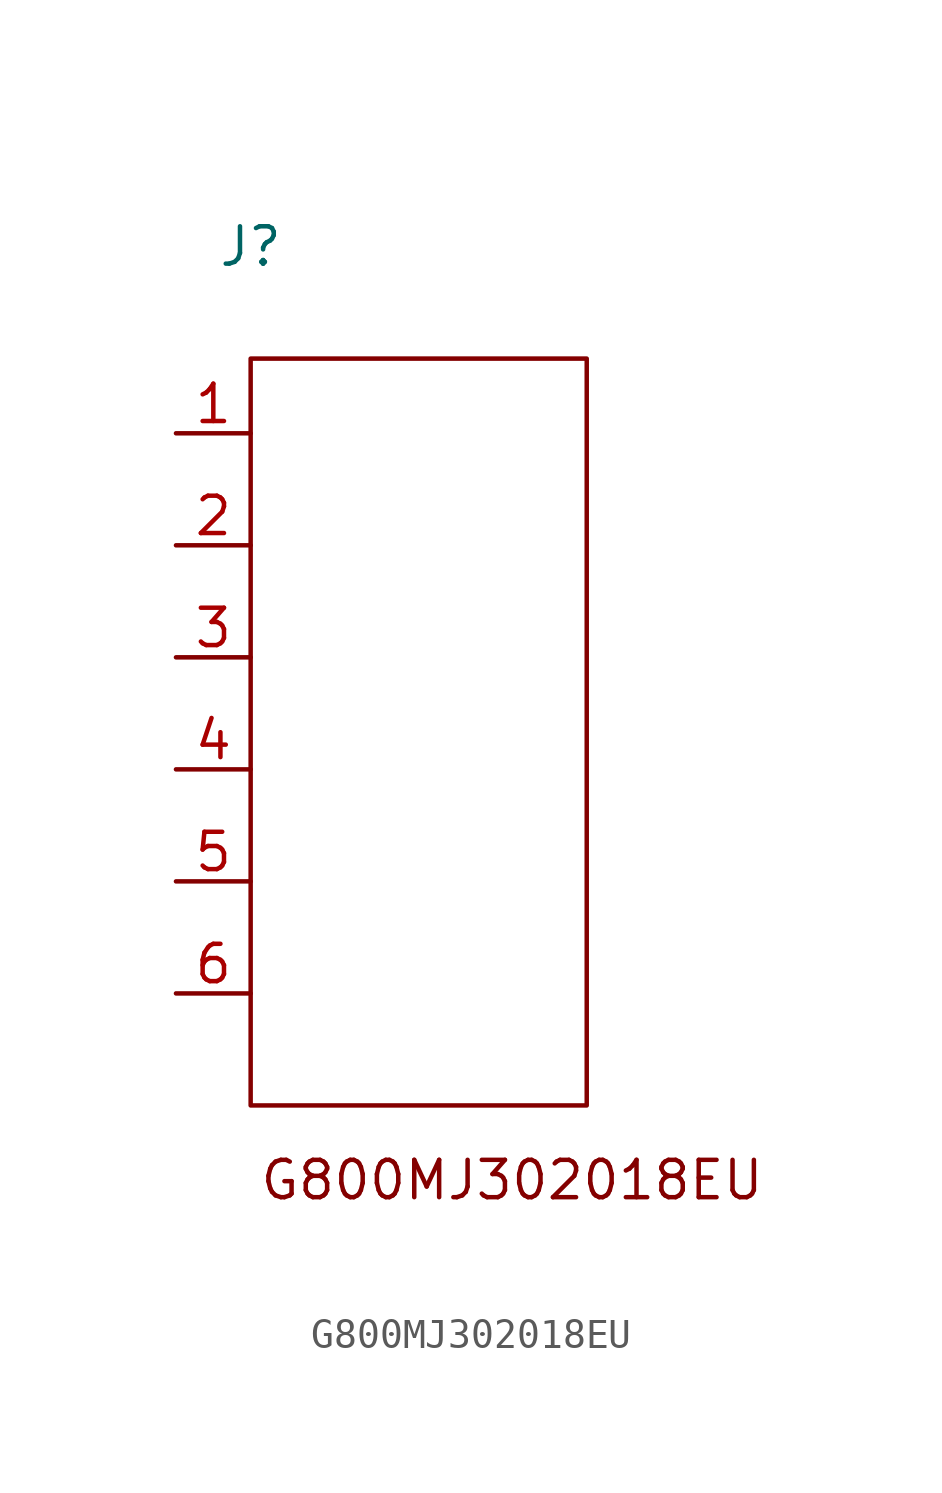
<source format=kicad_sym>
(kicad_symbol_lib
  (version 20220914)
  (generator kicad_symbol_editor)
  (symbol "G800MJ302018EU"
    (property "Reference" "J"
      (at 0 3.81 0)
      (effects (font (size 1.27 1.27))))
    (property "Value" ""
      (at 0 3.81 0)
      (effects (font (size 1.27 1.27))))
    (symbol "G800MJ302018EU_0_1"
      (rectangle (start 0 0) (end 11.43 -25.4) (stroke (width 0) (type default)) (fill (type none)))
      (text "G800MJ302018EU" (at 8.89 -27.94 0) (effects (font (size 1.27 1.27)))))
    (symbol "G800MJ302018EU_1_1"
      (pin bidirectional line (at 0 -2.54 180) (length 2.54) (name "" (effects (font (size 1.27 1.27)))) (number "1" (effects (font (size 1.27 1.27)))))
      (pin bidirectional line (at 0 -6.35 180) (length 2.54) (name "" (effects (font (size 1.27 1.27)))) (number "2" (effects (font (size 1.27 1.27)))))
      (pin bidirectional line (at 0 -10.16 180) (length 2.54) (name "" (effects (font (size 1.27 1.27)))) (number "3" (effects (font (size 1.27 1.27)))))
      (pin bidirectional line (at 0 -13.97 180) (length 2.54) (name "" (effects (font (size 1.27 1.27)))) (number "4" (effects (font (size 1.27 1.27)))))
      (pin bidirectional line (at 0 -17.78 180) (length 2.54) (name "" (effects (font (size 1.27 1.27)))) (number "5" (effects (font (size 1.27 1.27)))))
      (pin bidirectional line (at 0 -21.59 180) (length 2.54) (name "" (effects (font (size 1.27 1.27)))) (number "6" (effects (font (size 1.27 1.27))))))))
</source>
